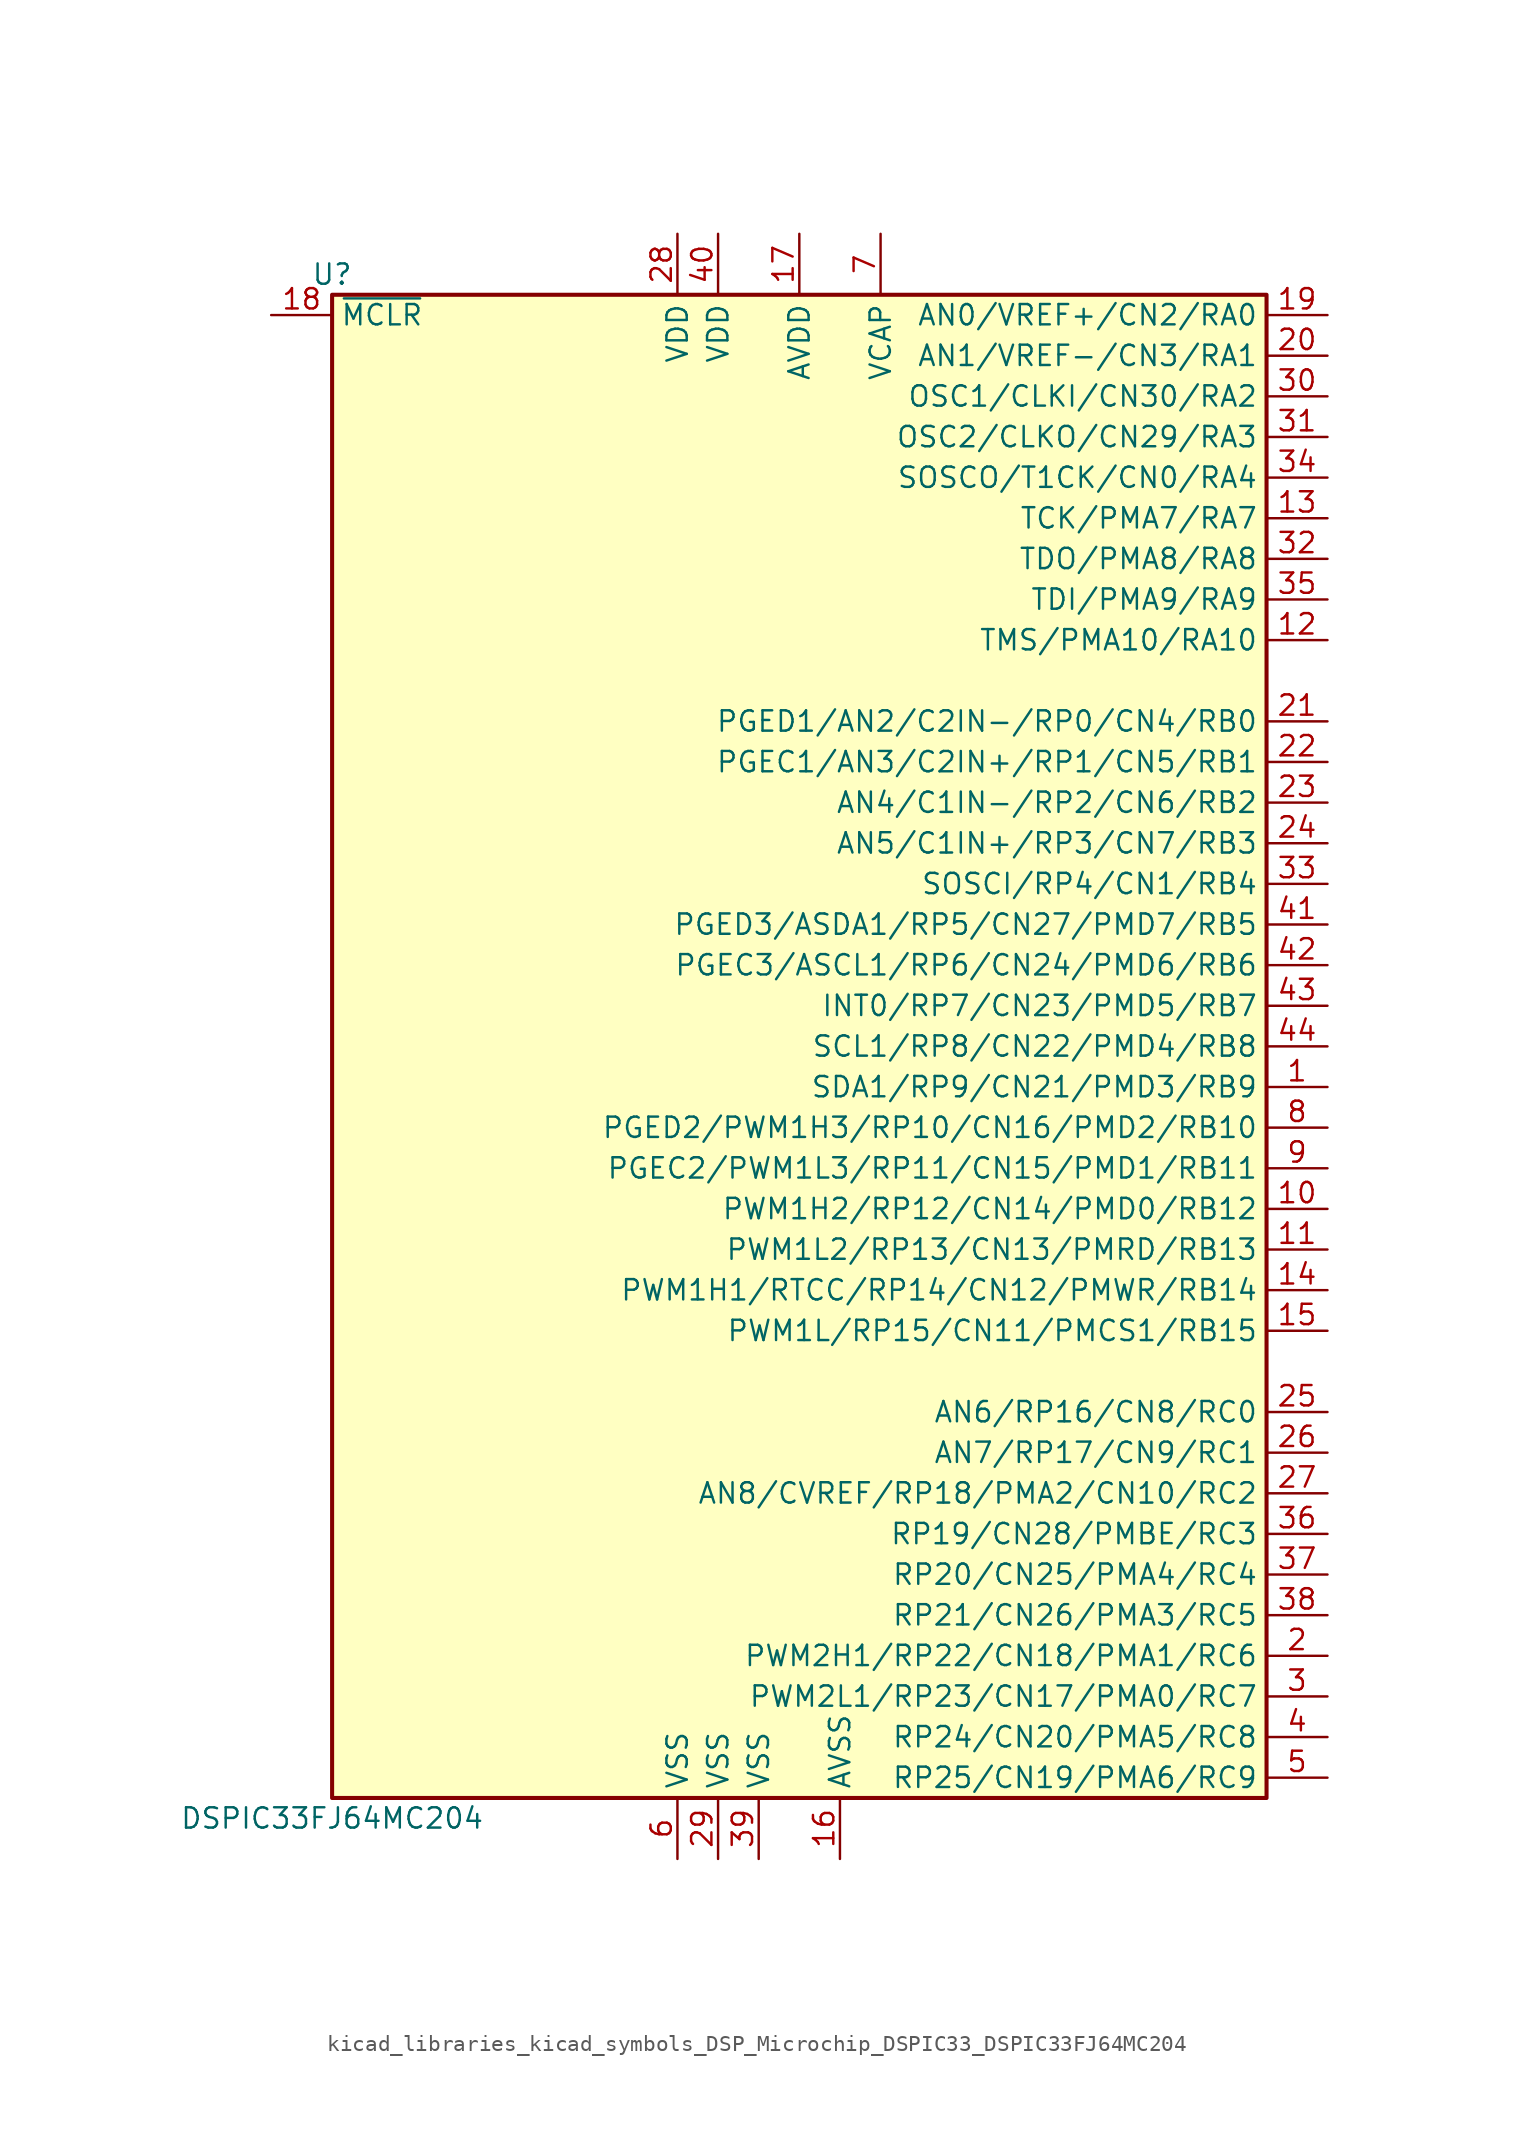
<source format=kicad_sym>
(kicad_symbol_lib
  (version 20220914)
  (generator kicad_symbol_editor)
  (symbol "kicad_libraries_kicad_symbols_DSP_Microchip_DSPIC33_DSPIC33FJ64MC204"
    (property "Reference" "U"
      (at -29.21 48.26 0)
      (effects (font (size 1.27 1.27))))
    (property "Value" "DSPIC33FJ64MC204"
      (at -29.21 -48.26 0)
      (effects (font (size 1.27 1.27))))
    (symbol "kicad_libraries_kicad_symbols_DSP_Microchip_DSPIC33_DSPIC33FJ64MC204_1_1"
      (rectangle (start -29.21 46.99) (end 29.21 -46.99) (stroke (width 0.254) (type default)) (fill (type background)))
      (pin bidirectional line (at 33.02 -2.54 180) (length 3.81) (name "SDA1/RP9/CN21/PMD3/RB9" (effects (font (size 1.27 1.27)))) (number "1" (effects (font (size 1.27 1.27)))))
      (pin bidirectional line (at 33.02 -10.16 180) (length 3.81) (name "PWM1H2/RP12/CN14/PMD0/RB12" (effects (font (size 1.27 1.27)))) (number "10" (effects (font (size 1.27 1.27)))))
      (pin bidirectional line (at 33.02 -12.7 180) (length 3.81) (name "PWM1L2/RP13/CN13/PMRD/RB13" (effects (font (size 1.27 1.27)))) (number "11" (effects (font (size 1.27 1.27)))))
      (pin bidirectional line (at 33.02 25.4 180) (length 3.81) (name "TMS/PMA10/RA10" (effects (font (size 1.27 1.27)))) (number "12" (effects (font (size 1.27 1.27)))))
      (pin bidirectional line (at 33.02 33.02 180) (length 3.81) (name "TCK/PMA7/RA7" (effects (font (size 1.27 1.27)))) (number "13" (effects (font (size 1.27 1.27)))))
      (pin bidirectional line (at 33.02 -15.24 180) (length 3.81) (name "PWM1H1/RTCC/RP14/CN12/PMWR/RB14" (effects (font (size 1.27 1.27)))) (number "14" (effects (font (size 1.27 1.27)))))
      (pin bidirectional line (at 33.02 -17.78 180) (length 3.81) (name "PWM1L/RP15/CN11/PMCS1/RB15" (effects (font (size 1.27 1.27)))) (number "15" (effects (font (size 1.27 1.27)))))
      (pin power_in line (at 2.54 -50.8 90) (length 3.81) (name "AVSS" (effects (font (size 1.27 1.27)))) (number "16" (effects (font (size 1.27 1.27)))))
      (pin power_in line (at 0 50.8 270) (length 3.81) (name "AVDD" (effects (font (size 1.27 1.27)))) (number "17" (effects (font (size 1.27 1.27)))))
      (pin input line (at -33.02 45.72 0) (length 3.81) (name "~{MCLR}" (effects (font (size 1.27 1.27)))) (number "18" (effects (font (size 1.27 1.27)))))
      (pin bidirectional line (at 33.02 45.72 180) (length 3.81) (name "AN0/VREF+/CN2/RA0" (effects (font (size 1.27 1.27)))) (number "19" (effects (font (size 1.27 1.27)))))
      (pin bidirectional line (at 33.02 -38.1 180) (length 3.81) (name "PWM2H1/RP22/CN18/PMA1/RC6" (effects (font (size 1.27 1.27)))) (number "2" (effects (font (size 1.27 1.27)))))
      (pin bidirectional line (at 33.02 43.18 180) (length 3.81) (name "AN1/VREF-/CN3/RA1" (effects (font (size 1.27 1.27)))) (number "20" (effects (font (size 1.27 1.27)))))
      (pin bidirectional line (at 33.02 20.32 180) (length 3.81) (name "PGED1/AN2/C2IN-/RP0/CN4/RB0" (effects (font (size 1.27 1.27)))) (number "21" (effects (font (size 1.27 1.27)))))
      (pin bidirectional line (at 33.02 17.78 180) (length 3.81) (name "PGEC1/AN3/C2IN+/RP1/CN5/RB1" (effects (font (size 1.27 1.27)))) (number "22" (effects (font (size 1.27 1.27)))))
      (pin bidirectional line (at 33.02 15.24 180) (length 3.81) (name "AN4/C1IN-/RP2/CN6/RB2" (effects (font (size 1.27 1.27)))) (number "23" (effects (font (size 1.27 1.27)))))
      (pin bidirectional line (at 33.02 12.7 180) (length 3.81) (name "AN5/C1IN+/RP3/CN7/RB3" (effects (font (size 1.27 1.27)))) (number "24" (effects (font (size 1.27 1.27)))))
      (pin bidirectional line (at 33.02 -22.86 180) (length 3.81) (name "AN6/RP16/CN8/RC0" (effects (font (size 1.27 1.27)))) (number "25" (effects (font (size 1.27 1.27)))))
      (pin bidirectional line (at 33.02 -25.4 180) (length 3.81) (name "AN7/RP17/CN9/RC1" (effects (font (size 1.27 1.27)))) (number "26" (effects (font (size 1.27 1.27)))))
      (pin bidirectional line (at 33.02 -27.94 180) (length 3.81) (name "AN8/CVREF/RP18/PMA2/CN10/RC2" (effects (font (size 1.27 1.27)))) (number "27" (effects (font (size 1.27 1.27)))))
      (pin power_in line (at -7.62 50.8 270) (length 3.81) (name "VDD" (effects (font (size 1.27 1.27)))) (number "28" (effects (font (size 1.27 1.27)))))
      (pin power_in line (at -5.08 -50.8 90) (length 3.81) (name "VSS" (effects (font (size 1.27 1.27)))) (number "29" (effects (font (size 1.27 1.27)))))
      (pin bidirectional line (at 33.02 -40.64 180) (length 3.81) (name "PWM2L1/RP23/CN17/PMA0/RC7" (effects (font (size 1.27 1.27)))) (number "3" (effects (font (size 1.27 1.27)))))
      (pin input line (at 33.02 40.64 180) (length 3.81) (name "OSC1/CLKI/CN30/RA2" (effects (font (size 1.27 1.27)))) (number "30" (effects (font (size 1.27 1.27)))))
      (pin input line (at 33.02 38.1 180) (length 3.81) (name "OSC2/CLKO/CN29/RA3" (effects (font (size 1.27 1.27)))) (number "31" (effects (font (size 1.27 1.27)))))
      (pin input line (at 33.02 30.48 180) (length 3.81) (name "TDO/PMA8/RA8" (effects (font (size 1.27 1.27)))) (number "32" (effects (font (size 1.27 1.27)))))
      (pin input line (at 33.02 10.16 180) (length 3.81) (name "SOSCI/RP4/CN1/RB4" (effects (font (size 1.27 1.27)))) (number "33" (effects (font (size 1.27 1.27)))))
      (pin input line (at 33.02 35.56 180) (length 3.81) (name "SOSCO/T1CK/CN0/RA4" (effects (font (size 1.27 1.27)))) (number "34" (effects (font (size 1.27 1.27)))))
      (pin input line (at 33.02 27.94 180) (length 3.81) (name "TDI/PMA9/RA9" (effects (font (size 1.27 1.27)))) (number "35" (effects (font (size 1.27 1.27)))))
      (pin input line (at 33.02 -30.48 180) (length 3.81) (name "RP19/CN28/PMBE/RC3" (effects (font (size 1.27 1.27)))) (number "36" (effects (font (size 1.27 1.27)))))
      (pin input line (at 33.02 -33.02 180) (length 3.81) (name "RP20/CN25/PMA4/RC4" (effects (font (size 1.27 1.27)))) (number "37" (effects (font (size 1.27 1.27)))))
      (pin input line (at 33.02 -35.56 180) (length 3.81) (name "RP21/CN26/PMA3/RC5" (effects (font (size 1.27 1.27)))) (number "38" (effects (font (size 1.27 1.27)))))
      (pin power_in line (at -2.54 -50.8 90) (length 3.81) (name "VSS" (effects (font (size 1.27 1.27)))) (number "39" (effects (font (size 1.27 1.27)))))
      (pin bidirectional line (at 33.02 -43.18 180) (length 3.81) (name "RP24/CN20/PMA5/RC8" (effects (font (size 1.27 1.27)))) (number "4" (effects (font (size 1.27 1.27)))))
      (pin power_in line (at -5.08 50.8 270) (length 3.81) (name "VDD" (effects (font (size 1.27 1.27)))) (number "40" (effects (font (size 1.27 1.27)))))
      (pin input line (at 33.02 7.62 180) (length 3.81) (name "PGED3/ASDA1/RP5/CN27/PMD7/RB5" (effects (font (size 1.27 1.27)))) (number "41" (effects (font (size 1.27 1.27)))))
      (pin input line (at 33.02 5.08 180) (length 3.81) (name "PGEC3/ASCL1/RP6/CN24/PMD6/RB6" (effects (font (size 1.27 1.27)))) (number "42" (effects (font (size 1.27 1.27)))))
      (pin input line (at 33.02 2.54 180) (length 3.81) (name "INT0/RP7/CN23/PMD5/RB7" (effects (font (size 1.27 1.27)))) (number "43" (effects (font (size 1.27 1.27)))))
      (pin input line (at 33.02 0 180) (length 3.81) (name "SCL1/RP8/CN22/PMD4/RB8" (effects (font (size 1.27 1.27)))) (number "44" (effects (font (size 1.27 1.27)))))
      (pin bidirectional line (at 33.02 -45.72 180) (length 3.81) (name "RP25/CN19/PMA6/RC9" (effects (font (size 1.27 1.27)))) (number "5" (effects (font (size 1.27 1.27)))))
      (pin power_in line (at -7.62 -50.8 90) (length 3.81) (name "VSS" (effects (font (size 1.27 1.27)))) (number "6" (effects (font (size 1.27 1.27)))))
      (pin power_in line (at 5.08 50.8 270) (length 3.81) (name "VCAP" (effects (font (size 1.27 1.27)))) (number "7" (effects (font (size 1.27 1.27)))))
      (pin bidirectional line (at 33.02 -5.08 180) (length 3.81) (name "PGED2/PWM1H3/RP10/CN16/PMD2/RB10" (effects (font (size 1.27 1.27)))) (number "8" (effects (font (size 1.27 1.27)))))
      (pin bidirectional line (at 33.02 -7.62 180) (length 3.81) (name "PGEC2/PWM1L3/RP11/CN15/PMD1/RB11" (effects (font (size 1.27 1.27)))) (number "9" (effects (font (size 1.27 1.27))))))))
</source>
